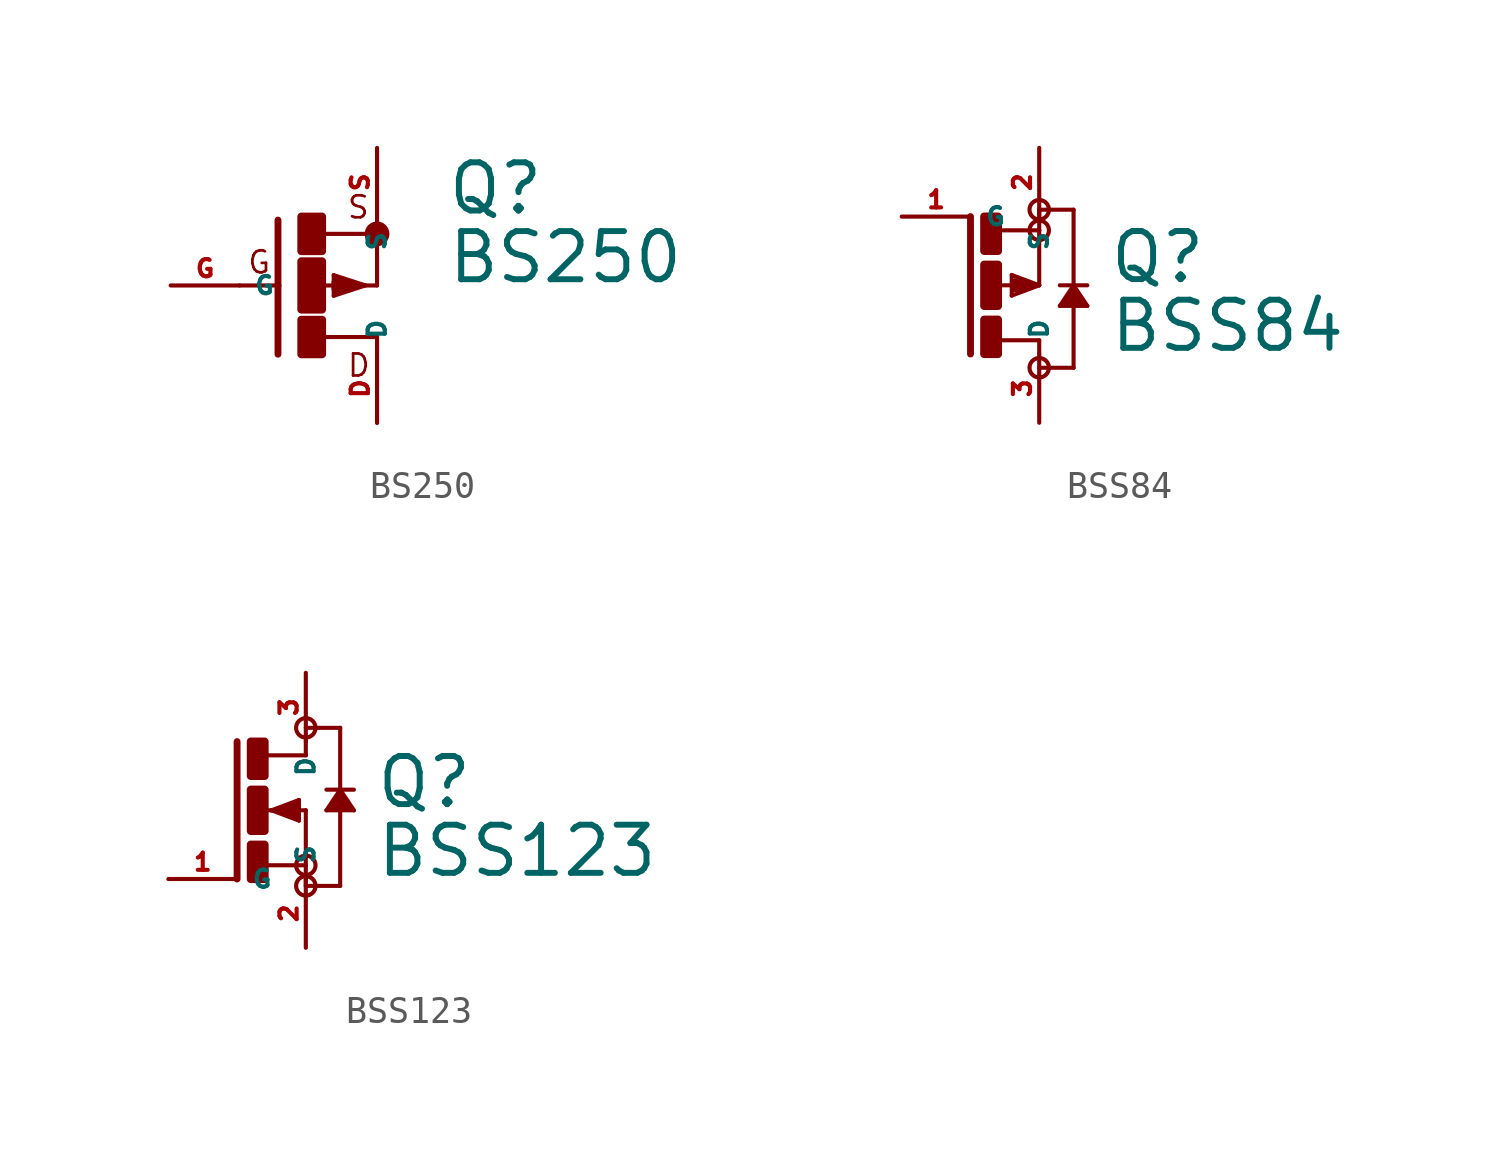
<source format=kicad_sym>
(kicad_symbol_lib
  (version 20220914)
  (generator Eagle2Kicad)
  (symbol "BS250"
    (property "Reference" "Q"
      (at 5.08 2.54 0)
      (effects (font (size 1.778 1.778) (thickness 0.22)) (justify left bottom)))
    (property "Value" "BS250"
      (at 5.08 0 0)
      (effects (font (size 1.778 1.778) (thickness 0.22)) (justify left bottom)))
    (polyline
      (pts (xy -1.118 2.413) (xy -1.118 0))
      (stroke (width 0.254) (type default))
      (fill (type none)))
    (polyline
      (pts (xy 2.54 1.905) (xy 0.533 1.905))
      (stroke (width 0.152) (type default))
      (fill (type none)))
    (polyline
      (pts (xy 2.54 2.54) (xy 2.54 1.905))
      (stroke (width 0.152) (type default))
      (fill (type none)))
    (polyline
      (pts (xy 2.108 0) (xy 0.94 0.381))
      (stroke (width 0.152) (type default))
      (fill (type none)))
    (polyline
      (pts (xy 0.94 0.381) (xy 0.94 -0.381))
      (stroke (width 0.152) (type default))
      (fill (type none)))
    (polyline
      (pts (xy 0.94 -0.381) (xy 2.108 0))
      (stroke (width 0.152) (type default))
      (fill (type none)))
    (polyline
      (pts (xy 2.108 0) (xy 2.54 0))
      (stroke (width 0.152) (type default))
      (fill (type none)))
    (polyline
      (pts (xy 0.508 -1.905) (xy 2.54 -1.905))
      (stroke (width 0.152) (type default))
      (fill (type none)))
    (polyline
      (pts (xy 0.305 0) (xy 1.524 0))
      (stroke (width 0.152) (type default))
      (fill (type none)))
    (polyline
      (pts (xy 1.524 0) (xy 1.651 0))
      (stroke (width 0.152) (type default))
      (fill (type none)))
    (polyline
      (pts (xy 1.651 0) (xy 1.905 0))
      (stroke (width 0.152) (type default))
      (fill (type none)))
    (polyline
      (pts (xy 2.54 -1.905) (xy 2.54 -2.54))
      (stroke (width 0.152) (type default))
      (fill (type none)))
    (polyline
      (pts (xy -1.118 0) (xy -2.54 0))
      (stroke (width 0.152) (type default))
      (fill (type none)))
    (polyline
      (pts (xy -1.118 0) (xy -1.118 -2.54))
      (stroke (width 0.254) (type default))
      (fill (type none)))
    (polyline
      (pts (xy 2.54 1.905) (xy 2.54 0))
      (stroke (width 0.152) (type default))
      (fill (type none)))
    (polyline
      (pts (xy 1.651 0) (xy 1.016 0.127))
      (stroke (width 0.305) (type default))
      (fill (type none)))
    (polyline
      (pts (xy 1.016 0.127) (xy 1.016 -0.127))
      (stroke (width 0.305) (type default))
      (fill (type none)))
    (polyline
      (pts (xy 1.016 -0.127) (xy 1.524 0))
      (stroke (width 0.305) (type default))
      (fill (type none)))
    (text "D"
      (at 1.397 -3.429 0)
      (effects (font (size 0.813 0.813) (thickness 0.10)) (justify left bottom)))
    (text "S"
      (at 1.397 2.413 0)
      (effects (font (size 0.813 0.813) (thickness 0.10)) (justify left bottom)))
    (text "G"
      (at -2.286 0.381 0)
      (effects (font (size 0.813 0.813) (thickness 0.10)) (justify left bottom)))
    (circle
      (center 2.54 1.905)
      (radius 0.254)
      (stroke (width 0.406) (type default))
      (fill (type none)))
    (rectangle
      (start -0.254 -2.54)
      (end 0.508 -1.27)
      (stroke (width 0.3) (type default))
      (fill (type outline)))
    (rectangle
      (start -0.254 1.27)
      (end 0.508 2.54)
      (stroke (width 0.3) (type default))
      (fill (type outline)))
    (rectangle
      (start -0.254 -0.889)
      (end 0.508 0.889)
      (stroke (width 0.3) (type default))
      (fill (type outline)))
    (pin passive line
      (at -5.08 0 0)
      (length 2.54)
      (name "G" (effects (font (size 0.635 0.635) (thickness 0.08)) (justify left bottom)))
      (number "G" (effects (font (size 0.635 0.635) (thickness 0.08)) (justify left bottom))))
    (pin passive line
      (at 2.54 -5.08 90)
      (length 2.54)
      (name "D" (effects (font (size 0.635 0.635) (thickness 0.08)) (justify left bottom)))
      (number "D" (effects (font (size 0.635 0.635) (thickness 0.08)) (justify left bottom))))
    (pin passive line
      (at 2.54 5.08 270)
      (length 2.54)
      (name "S" (effects (font (size 0.635 0.635) (thickness 0.08)) (justify left bottom)))
      (number "S" (effects (font (size 0.635 0.635) (thickness 0.08)) (justify left bottom)))))
  (symbol "BSS84"
    (property "Reference" "Q"
      (at 2.54 0 0)
      (effects (font (size 1.778 1.778) (thickness 0.22)) (justify left bottom)))
    (property "Value" "BSS84"
      (at 2.54 -2.54 0)
      (effects (font (size 1.778 1.778) (thickness 0.22)) (justify left bottom)))
    (polyline
      (pts (xy 0 0) (xy -1.016 0.381))
      (stroke (width 0.152) (type default))
      (fill (type none)))
    (polyline
      (pts (xy -1.016 0.381) (xy -1.016 -0.381))
      (stroke (width 0.152) (type default))
      (fill (type none)))
    (polyline
      (pts (xy -1.016 -0.381) (xy 0 0))
      (stroke (width 0.152) (type default))
      (fill (type none)))
    (polyline
      (pts (xy 0 0) (xy 0 2.032))
      (stroke (width 0.152) (type default))
      (fill (type none)))
    (polyline
      (pts (xy 0 2.032) (xy 0 2.794))
      (stroke (width 0.152) (type default))
      (fill (type none)))
    (polyline
      (pts (xy -1.524 0) (xy -0.508 0))
      (stroke (width 0.152) (type default))
      (fill (type none)))
    (polyline
      (pts (xy -0.508 0) (xy -0.381 0))
      (stroke (width 0.152) (type default))
      (fill (type none)))
    (polyline
      (pts (xy -0.381 0) (xy 0 0))
      (stroke (width 0.152) (type default))
      (fill (type none)))
    (polyline
      (pts (xy -2.54 2.54) (xy -2.54 -2.54))
      (stroke (width 0.254) (type default))
      (fill (type none)))
    (polyline
      (pts (xy 0 -3.048) (xy 1.27 -3.048))
      (stroke (width 0.152) (type default))
      (fill (type none)))
    (polyline
      (pts (xy 1.27 -3.048) (xy 1.27 -0.254))
      (stroke (width 0.152) (type default))
      (fill (type none)))
    (polyline
      (pts (xy 1.27 -0.254) (xy 1.27 0))
      (stroke (width 0.152) (type default))
      (fill (type none)))
    (polyline
      (pts (xy 1.27 0) (xy 1.27 2.794))
      (stroke (width 0.152) (type default))
      (fill (type none)))
    (polyline
      (pts (xy 1.27 2.794) (xy 0 2.794))
      (stroke (width 0.152) (type default))
      (fill (type none)))
    (polyline
      (pts (xy 0.762 -0.762) (xy 1.778 -0.762))
      (stroke (width 0.152) (type default))
      (fill (type none)))
    (polyline
      (pts (xy 1.778 -0.762) (xy 1.27 0))
      (stroke (width 0.152) (type default))
      (fill (type none)))
    (polyline
      (pts (xy 1.27 0) (xy 0.762 -0.762))
      (stroke (width 0.152) (type default))
      (fill (type none)))
    (polyline
      (pts (xy 0.762 0) (xy 1.778 0))
      (stroke (width 0.152) (type default))
      (fill (type none)))
    (polyline
      (pts (xy -1.524 -2.032) (xy 0 -2.032))
      (stroke (width 0.152) (type default))
      (fill (type none)))
    (polyline
      (pts (xy 0 -2.032) (xy 0 -2.54))
      (stroke (width 0.152) (type default))
      (fill (type none)))
    (polyline
      (pts (xy -1.524 2.032) (xy 0 2.032))
      (stroke (width 0.152) (type default))
      (fill (type none)))
    (polyline
      (pts (xy -0.381 0) (xy -0.889 -0.127))
      (stroke (width 0.254) (type default))
      (fill (type none)))
    (polyline
      (pts (xy -0.889 -0.127) (xy -0.889 0.127))
      (stroke (width 0.254) (type default))
      (fill (type none)))
    (polyline
      (pts (xy -0.889 0.127) (xy -0.508 0))
      (stroke (width 0.254) (type default))
      (fill (type none)))
    (polyline
      (pts (xy 1.016 -0.635) (xy 1.524 -0.635))
      (stroke (width 0.254) (type default))
      (fill (type none)))
    (polyline
      (pts (xy 1.524 -0.635) (xy 1.27 -0.254))
      (stroke (width 0.254) (type default))
      (fill (type none)))
    (polyline
      (pts (xy 1.27 -0.254) (xy 1.016 -0.635))
      (stroke (width 0.254) (type default))
      (fill (type none)))
    (circle
      (center 0 2.794)
      (radius 0.359)
      (stroke (width 0) (type default))
      (fill (type none)))
    (circle
      (center 0 2.032)
      (radius 0.359)
      (stroke (width 0) (type default))
      (fill (type none)))
    (circle
      (center 0 -3.048)
      (radius 0.359)
      (stroke (width 0) (type default))
      (fill (type none)))
    (rectangle
      (start -2.032 -2.54)
      (end -1.524 -1.27)
      (stroke (width 0.3) (type default))
      (fill (type outline)))
    (rectangle
      (start -2.032 1.27)
      (end -1.524 2.54)
      (stroke (width 0.3) (type default))
      (fill (type outline)))
    (rectangle
      (start -2.032 -0.762)
      (end -1.524 0.762)
      (stroke (width 0.3) (type default))
      (fill (type outline)))
    (pin passive line
      (at -5.08 2.54 0)
      (length 2.54)
      (name "G" (effects (font (size 0.635 0.635) (thickness 0.08)) (justify left bottom)))
      (number "1" (effects (font (size 0.635 0.635) (thickness 0.08)) (justify left bottom))))
    (pin passive line
      (at 0 -5.08 90)
      (length 2.54)
      (name "D" (effects (font (size 0.635 0.635) (thickness 0.08)) (justify left bottom)))
      (number "3" (effects (font (size 0.635 0.635) (thickness 0.08)) (justify left bottom))))
    (pin passive line
      (at 0 5.08 270)
      (length 2.54)
      (name "S" (effects (font (size 0.635 0.635) (thickness 0.08)) (justify left bottom)))
      (number "2" (effects (font (size 0.635 0.635) (thickness 0.08)) (justify left bottom)))))
  (symbol "BSS123"
    (property "Reference" "Q"
      (at 2.54 0 0)
      (effects (font (size 1.778 1.778) (thickness 0.22)) (justify left bottom)))
    (property "Value" "BSS123"
      (at 2.54 -2.54 0)
      (effects (font (size 1.778 1.778) (thickness 0.22)) (justify left bottom)))
    (polyline
      (pts (xy -1.27 0) (xy -0.254 0.381))
      (stroke (width 0.152) (type default))
      (fill (type none)))
    (polyline
      (pts (xy -0.254 0.381) (xy -0.254 -0.381))
      (stroke (width 0.152) (type default))
      (fill (type none)))
    (polyline
      (pts (xy -0.254 -0.381) (xy -1.27 0))
      (stroke (width 0.152) (type default))
      (fill (type none)))
    (polyline
      (pts (xy -1.27 0) (xy -1.016 0))
      (stroke (width 0.152) (type default))
      (fill (type none)))
    (polyline
      (pts (xy -1.016 0) (xy -0.889 0))
      (stroke (width 0.152) (type default))
      (fill (type none)))
    (polyline
      (pts (xy -0.889 0) (xy 0 0))
      (stroke (width 0.152) (type default))
      (fill (type none)))
    (polyline
      (pts (xy 0 0) (xy 0 -2.032))
      (stroke (width 0.152) (type default))
      (fill (type none)))
    (polyline
      (pts (xy 0 -2.032) (xy 0 -2.794))
      (stroke (width 0.152) (type default))
      (fill (type none)))
    (polyline
      (pts (xy -1.524 0) (xy -1.27 0))
      (stroke (width 0.152) (type default))
      (fill (type none)))
    (polyline
      (pts (xy -2.54 2.54) (xy -2.54 -2.54))
      (stroke (width 0.254) (type default))
      (fill (type none)))
    (polyline
      (pts (xy 0 3.048) (xy 1.27 3.048))
      (stroke (width 0.152) (type default))
      (fill (type none)))
    (polyline
      (pts (xy 1.27 3.048) (xy 1.27 0.762))
      (stroke (width 0.152) (type default))
      (fill (type none)))
    (polyline
      (pts (xy 1.27 0.762) (xy 1.27 0.508))
      (stroke (width 0.152) (type default))
      (fill (type none)))
    (polyline
      (pts (xy 1.27 0.508) (xy 1.27 -2.794))
      (stroke (width 0.152) (type default))
      (fill (type none)))
    (polyline
      (pts (xy 1.27 -2.794) (xy 0 -2.794))
      (stroke (width 0.152) (type default))
      (fill (type none)))
    (polyline
      (pts (xy 1.778 0) (xy 0.762 0))
      (stroke (width 0.152) (type default))
      (fill (type none)))
    (polyline
      (pts (xy 0.762 0) (xy 1.27 0.762))
      (stroke (width 0.152) (type default))
      (fill (type none)))
    (polyline
      (pts (xy 1.27 0.762) (xy 1.778 0))
      (stroke (width 0.152) (type default))
      (fill (type none)))
    (polyline
      (pts (xy 1.778 0.762) (xy 0.762 0.762))
      (stroke (width 0.152) (type default))
      (fill (type none)))
    (polyline
      (pts (xy -1.524 2.032) (xy 0 2.032))
      (stroke (width 0.152) (type default))
      (fill (type none)))
    (polyline
      (pts (xy 0 2.032) (xy 0 2.54))
      (stroke (width 0.152) (type default))
      (fill (type none)))
    (polyline
      (pts (xy -1.524 -2.032) (xy 0 -2.032))
      (stroke (width 0.152) (type default))
      (fill (type none)))
    (polyline
      (pts (xy -1.016 0) (xy -0.381 -0.254))
      (stroke (width 0.254) (type default))
      (fill (type none)))
    (polyline
      (pts (xy -0.381 -0.254) (xy -0.381 0.254))
      (stroke (width 0.254) (type default))
      (fill (type none)))
    (polyline
      (pts (xy -0.381 0.254) (xy -0.889 0))
      (stroke (width 0.254) (type default))
      (fill (type none)))
    (polyline
      (pts (xy 1.27 0.508) (xy 1.016 0.127))
      (stroke (width 0.254) (type default))
      (fill (type none)))
    (polyline
      (pts (xy 1.016 0.127) (xy 1.524 0.127))
      (stroke (width 0.254) (type default))
      (fill (type none)))
    (polyline
      (pts (xy 1.524 0.127) (xy 1.27 0.508))
      (stroke (width 0.254) (type default))
      (fill (type none)))
    (circle
      (center 0 -2.794)
      (radius 0.359)
      (stroke (width 0) (type default))
      (fill (type none)))
    (circle
      (center 0 -2.032)
      (radius 0.359)
      (stroke (width 0) (type default))
      (fill (type none)))
    (circle
      (center 0 3.048)
      (radius 0.359)
      (stroke (width 0) (type default))
      (fill (type none)))
    (rectangle
      (start -2.032 1.27)
      (end -1.524 2.54)
      (stroke (width 0.3) (type default))
      (fill (type outline)))
    (rectangle
      (start -2.032 -2.54)
      (end -1.524 -1.27)
      (stroke (width 0.3) (type default))
      (fill (type outline)))
    (rectangle
      (start -2.032 -0.762)
      (end -1.524 0.762)
      (stroke (width 0.3) (type default))
      (fill (type outline)))
    (pin passive line
      (at -5.08 -2.54 0)
      (length 2.54)
      (name "G" (effects (font (size 0.635 0.635) (thickness 0.08)) (justify left bottom)))
      (number "1" (effects (font (size 0.635 0.635) (thickness 0.08)) (justify left bottom))))
    (pin passive line
      (at 0 5.08 270)
      (length 2.54)
      (name "D" (effects (font (size 0.635 0.635) (thickness 0.08)) (justify left bottom)))
      (number "3" (effects (font (size 0.635 0.635) (thickness 0.08)) (justify left bottom))))
    (pin passive line
      (at 0 -5.08 90)
      (length 2.54)
      (name "S" (effects (font (size 0.635 0.635) (thickness 0.08)) (justify left bottom)))
      (number "2" (effects (font (size 0.635 0.635) (thickness 0.08)) (justify left bottom))))))
</source>
